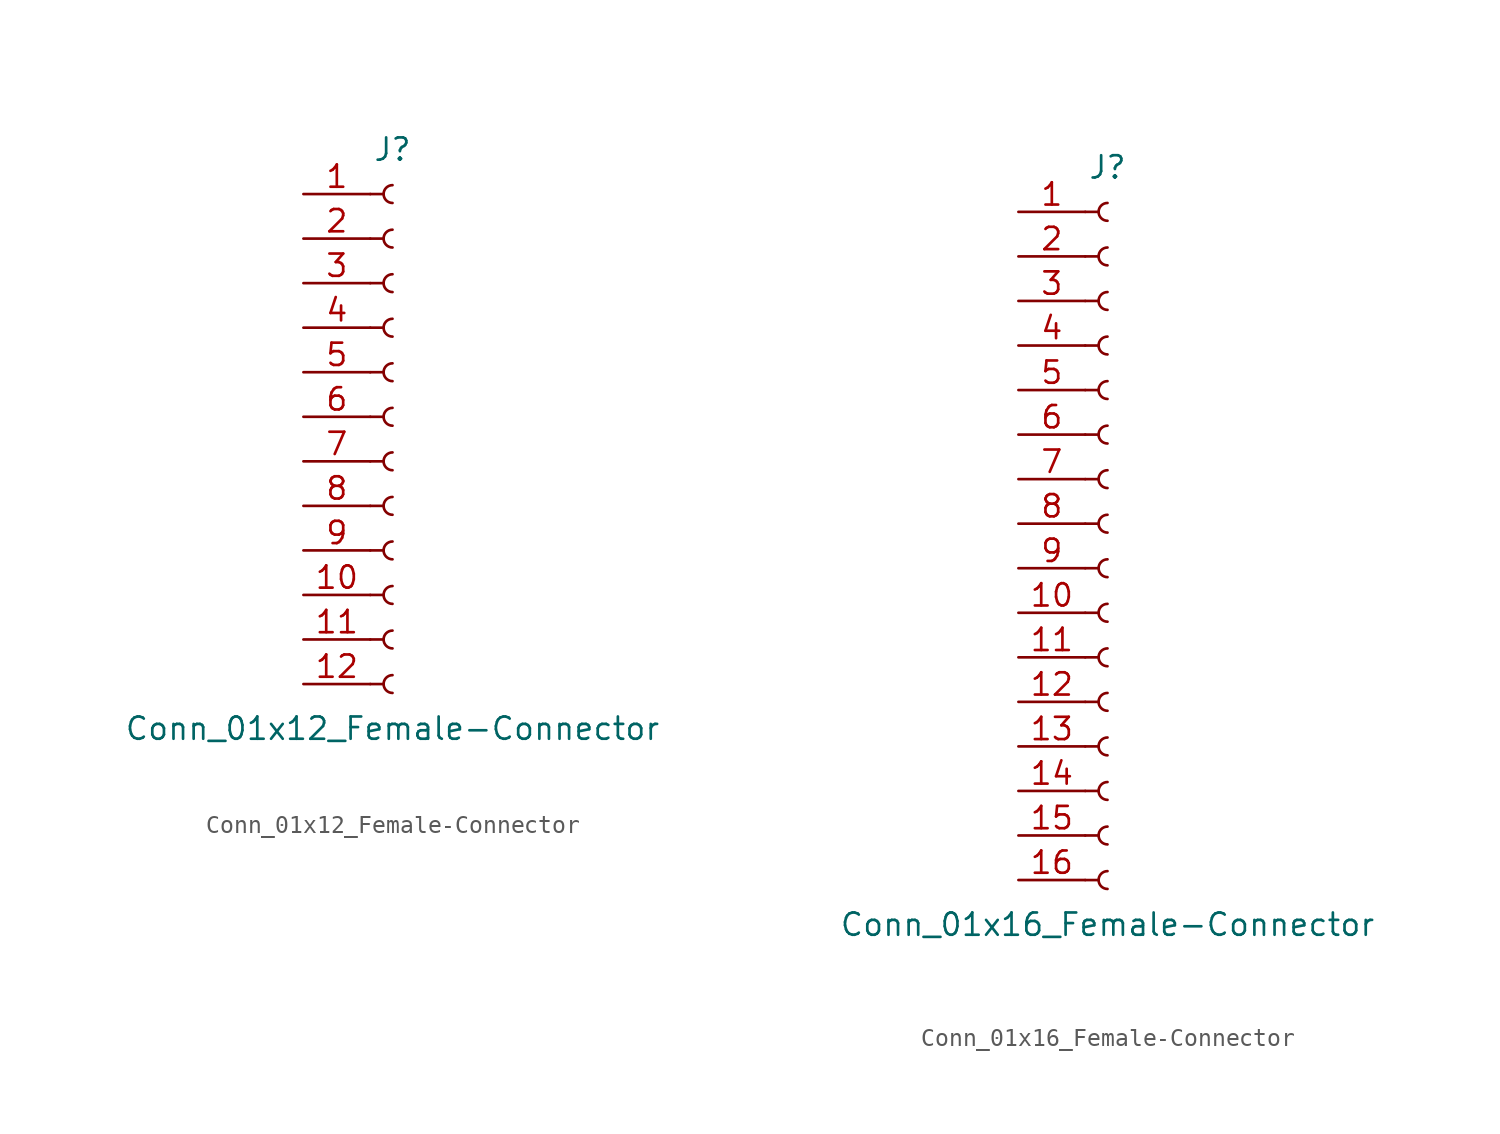
<source format=kicad_sym>
(kicad_symbol_lib
  (version 20211014)
  (generator kicad_symbol_editor)
  (symbol "Conn_01x12_Female-Connector"
    (pin_names
      (offset 1.016) hide)
    (property "Reference" "J"
      (at 0 15.24 0)
      (effects (font (size 1.27 1.27))))
    (property "Value" "Conn_01x12_Female-Connector"
      (at 0 -17.78 0)
      (effects (font (size 1.27 1.27))))
    (symbol "Conn_01x12_Female-Connector_1_1"
      (arc (start 0 -14.732) (mid -0.508 -15.24) (end 0 -15.748) (stroke (width 0.1524) (type default) (color 0 0 0 0)) (fill (type none)))
      (arc (start 0 -12.192) (mid -0.508 -12.7) (end 0 -13.208) (stroke (width 0.1524) (type default) (color 0 0 0 0)) (fill (type none)))
      (arc (start 0 -9.652) (mid -0.508 -10.16) (end 0 -10.668) (stroke (width 0.1524) (type default) (color 0 0 0 0)) (fill (type none)))
      (arc (start 0 -7.112) (mid -0.508 -7.62) (end 0 -8.128) (stroke (width 0.1524) (type default) (color 0 0 0 0)) (fill (type none)))
      (arc (start 0 -4.572) (mid -0.508 -5.08) (end 0 -5.588) (stroke (width 0.1524) (type default) (color 0 0 0 0)) (fill (type none)))
      (arc (start 0 -2.032) (mid -0.508 -2.54) (end 0 -3.048) (stroke (width 0.1524) (type default) (color 0 0 0 0)) (fill (type none)))
      (polyline (pts (xy -1.27 -15.24) (xy -0.508 -15.24)) (stroke (width 0.152) (type default) (color 0 0 0 0)) (fill (type none)))
      (polyline (pts (xy -1.27 -12.7) (xy -0.508 -12.7)) (stroke (width 0.152) (type default) (color 0 0 0 0)) (fill (type none)))
      (polyline (pts (xy -1.27 -10.16) (xy -0.508 -10.16)) (stroke (width 0.152) (type default) (color 0 0 0 0)) (fill (type none)))
      (polyline (pts (xy -1.27 -7.62) (xy -0.508 -7.62)) (stroke (width 0.152) (type default) (color 0 0 0 0)) (fill (type none)))
      (polyline (pts (xy -1.27 -5.08) (xy -0.508 -5.08)) (stroke (width 0.152) (type default) (color 0 0 0 0)) (fill (type none)))
      (polyline (pts (xy -1.27 -2.54) (xy -0.508 -2.54)) (stroke (width 0.152) (type default) (color 0 0 0 0)) (fill (type none)))
      (polyline (pts (xy -1.27 0) (xy -0.508 0)) (stroke (width 0.152) (type default) (color 0 0 0 0)) (fill (type none)))
      (polyline (pts (xy -1.27 2.54) (xy -0.508 2.54)) (stroke (width 0.152) (type default) (color 0 0 0 0)) (fill (type none)))
      (polyline (pts (xy -1.27 5.08) (xy -0.508 5.08)) (stroke (width 0.152) (type default) (color 0 0 0 0)) (fill (type none)))
      (polyline (pts (xy -1.27 7.62) (xy -0.508 7.62)) (stroke (width 0.152) (type default) (color 0 0 0 0)) (fill (type none)))
      (polyline (pts (xy -1.27 10.16) (xy -0.508 10.16)) (stroke (width 0.152) (type default) (color 0 0 0 0)) (fill (type none)))
      (polyline (pts (xy -1.27 12.7) (xy -0.508 12.7)) (stroke (width 0.152) (type default) (color 0 0 0 0)) (fill (type none)))
      (arc (start 0 0.508) (mid -0.508 0) (end 0 -0.508) (stroke (width 0.1524) (type default) (color 0 0 0 0)) (fill (type none)))
      (arc (start 0 3.048) (mid -0.508 2.54) (end 0 2.032) (stroke (width 0.1524) (type default) (color 0 0 0 0)) (fill (type none)))
      (arc (start 0 5.588) (mid -0.508 5.08) (end 0 4.572) (stroke (width 0.1524) (type default) (color 0 0 0 0)) (fill (type none)))
      (arc (start 0 8.128) (mid -0.508 7.62) (end 0 7.112) (stroke (width 0.1524) (type default) (color 0 0 0 0)) (fill (type none)))
      (arc (start 0 10.668) (mid -0.508 10.16) (end 0 9.652) (stroke (width 0.1524) (type default) (color 0 0 0 0)) (fill (type none)))
      (arc (start 0 13.208) (mid -0.508 12.7) (end 0 12.192) (stroke (width 0.1524) (type default) (color 0 0 0 0)) (fill (type none)))
      (pin passive line (at -5.08 12.7 0) (length 3.81) (name "Pin_1" (effects (font (size 1.27 1.27)))) (number "1" (effects (font (size 1.27 1.27)))))
      (pin passive line (at -5.08 -10.16 0) (length 3.81) (name "Pin_10" (effects (font (size 1.27 1.27)))) (number "10" (effects (font (size 1.27 1.27)))))
      (pin passive line (at -5.08 -12.7 0) (length 3.81) (name "Pin_11" (effects (font (size 1.27 1.27)))) (number "11" (effects (font (size 1.27 1.27)))))
      (pin passive line (at -5.08 -15.24 0) (length 3.81) (name "Pin_12" (effects (font (size 1.27 1.27)))) (number "12" (effects (font (size 1.27 1.27)))))
      (pin passive line (at -5.08 10.16 0) (length 3.81) (name "Pin_2" (effects (font (size 1.27 1.27)))) (number "2" (effects (font (size 1.27 1.27)))))
      (pin passive line (at -5.08 7.62 0) (length 3.81) (name "Pin_3" (effects (font (size 1.27 1.27)))) (number "3" (effects (font (size 1.27 1.27)))))
      (pin passive line (at -5.08 5.08 0) (length 3.81) (name "Pin_4" (effects (font (size 1.27 1.27)))) (number "4" (effects (font (size 1.27 1.27)))))
      (pin passive line (at -5.08 2.54 0) (length 3.81) (name "Pin_5" (effects (font (size 1.27 1.27)))) (number "5" (effects (font (size 1.27 1.27)))))
      (pin passive line (at -5.08 0 0) (length 3.81) (name "Pin_6" (effects (font (size 1.27 1.27)))) (number "6" (effects (font (size 1.27 1.27)))))
      (pin passive line (at -5.08 -2.54 0) (length 3.81) (name "Pin_7" (effects (font (size 1.27 1.27)))) (number "7" (effects (font (size 1.27 1.27)))))
      (pin passive line (at -5.08 -5.08 0) (length 3.81) (name "Pin_8" (effects (font (size 1.27 1.27)))) (number "8" (effects (font (size 1.27 1.27)))))
      (pin passive line (at -5.08 -7.62 0) (length 3.81) (name "Pin_9" (effects (font (size 1.27 1.27)))) (number "9" (effects (font (size 1.27 1.27)))))))
  (symbol "Conn_01x16_Female-Connector"
    (pin_names
      (offset 1.016) hide)
    (property "Reference" "J"
      (at 0 20.32 0)
      (effects (font (size 1.27 1.27))))
    (property "Value" "Conn_01x16_Female-Connector"
      (at 0 -22.86 0)
      (effects (font (size 1.27 1.27))))
    (symbol "Conn_01x16_Female-Connector_1_1"
      (arc (start 0 -19.812) (mid -0.508 -20.32) (end 0 -20.828) (stroke (width 0.1524) (type default) (color 0 0 0 0)) (fill (type none)))
      (arc (start 0 -17.272) (mid -0.508 -17.78) (end 0 -18.288) (stroke (width 0.1524) (type default) (color 0 0 0 0)) (fill (type none)))
      (arc (start 0 -14.732) (mid -0.508 -15.24) (end 0 -15.748) (stroke (width 0.1524) (type default) (color 0 0 0 0)) (fill (type none)))
      (arc (start 0 -12.192) (mid -0.508 -12.7) (end 0 -13.208) (stroke (width 0.1524) (type default) (color 0 0 0 0)) (fill (type none)))
      (arc (start 0 -9.652) (mid -0.508 -10.16) (end 0 -10.668) (stroke (width 0.1524) (type default) (color 0 0 0 0)) (fill (type none)))
      (arc (start 0 -7.112) (mid -0.508 -7.62) (end 0 -8.128) (stroke (width 0.1524) (type default) (color 0 0 0 0)) (fill (type none)))
      (arc (start 0 -4.572) (mid -0.508 -5.08) (end 0 -5.588) (stroke (width 0.1524) (type default) (color 0 0 0 0)) (fill (type none)))
      (arc (start 0 -2.032) (mid -0.508 -2.54) (end 0 -3.048) (stroke (width 0.1524) (type default) (color 0 0 0 0)) (fill (type none)))
      (polyline (pts (xy -1.27 -20.32) (xy -0.508 -20.32)) (stroke (width 0.152) (type default) (color 0 0 0 0)) (fill (type none)))
      (polyline (pts (xy -1.27 -17.78) (xy -0.508 -17.78)) (stroke (width 0.152) (type default) (color 0 0 0 0)) (fill (type none)))
      (polyline (pts (xy -1.27 -15.24) (xy -0.508 -15.24)) (stroke (width 0.152) (type default) (color 0 0 0 0)) (fill (type none)))
      (polyline (pts (xy -1.27 -12.7) (xy -0.508 -12.7)) (stroke (width 0.152) (type default) (color 0 0 0 0)) (fill (type none)))
      (polyline (pts (xy -1.27 -10.16) (xy -0.508 -10.16)) (stroke (width 0.152) (type default) (color 0 0 0 0)) (fill (type none)))
      (polyline (pts (xy -1.27 -7.62) (xy -0.508 -7.62)) (stroke (width 0.152) (type default) (color 0 0 0 0)) (fill (type none)))
      (polyline (pts (xy -1.27 -5.08) (xy -0.508 -5.08)) (stroke (width 0.152) (type default) (color 0 0 0 0)) (fill (type none)))
      (polyline (pts (xy -1.27 -2.54) (xy -0.508 -2.54)) (stroke (width 0.152) (type default) (color 0 0 0 0)) (fill (type none)))
      (polyline (pts (xy -1.27 0) (xy -0.508 0)) (stroke (width 0.152) (type default) (color 0 0 0 0)) (fill (type none)))
      (polyline (pts (xy -1.27 2.54) (xy -0.508 2.54)) (stroke (width 0.152) (type default) (color 0 0 0 0)) (fill (type none)))
      (polyline (pts (xy -1.27 5.08) (xy -0.508 5.08)) (stroke (width 0.152) (type default) (color 0 0 0 0)) (fill (type none)))
      (polyline (pts (xy -1.27 7.62) (xy -0.508 7.62)) (stroke (width 0.152) (type default) (color 0 0 0 0)) (fill (type none)))
      (polyline (pts (xy -1.27 10.16) (xy -0.508 10.16)) (stroke (width 0.152) (type default) (color 0 0 0 0)) (fill (type none)))
      (polyline (pts (xy -1.27 12.7) (xy -0.508 12.7)) (stroke (width 0.152) (type default) (color 0 0 0 0)) (fill (type none)))
      (polyline (pts (xy -1.27 15.24) (xy -0.508 15.24)) (stroke (width 0.152) (type default) (color 0 0 0 0)) (fill (type none)))
      (polyline (pts (xy -1.27 17.78) (xy -0.508 17.78)) (stroke (width 0.152) (type default) (color 0 0 0 0)) (fill (type none)))
      (arc (start 0 0.508) (mid -0.508 0) (end 0 -0.508) (stroke (width 0.1524) (type default) (color 0 0 0 0)) (fill (type none)))
      (arc (start 0 3.048) (mid -0.508 2.54) (end 0 2.032) (stroke (width 0.1524) (type default) (color 0 0 0 0)) (fill (type none)))
      (arc (start 0 5.588) (mid -0.508 5.08) (end 0 4.572) (stroke (width 0.1524) (type default) (color 0 0 0 0)) (fill (type none)))
      (arc (start 0 8.128) (mid -0.508 7.62) (end 0 7.112) (stroke (width 0.1524) (type default) (color 0 0 0 0)) (fill (type none)))
      (arc (start 0 10.668) (mid -0.508 10.16) (end 0 9.652) (stroke (width 0.1524) (type default) (color 0 0 0 0)) (fill (type none)))
      (arc (start 0 13.208) (mid -0.508 12.7) (end 0 12.192) (stroke (width 0.1524) (type default) (color 0 0 0 0)) (fill (type none)))
      (arc (start 0 15.748) (mid -0.508 15.24) (end 0 14.732) (stroke (width 0.1524) (type default) (color 0 0 0 0)) (fill (type none)))
      (arc (start 0 18.288) (mid -0.508 17.78) (end 0 17.272) (stroke (width 0.1524) (type default) (color 0 0 0 0)) (fill (type none)))
      (pin passive line (at -5.08 17.78 0) (length 3.81) (name "Pin_1" (effects (font (size 1.27 1.27)))) (number "1" (effects (font (size 1.27 1.27)))))
      (pin passive line (at -5.08 -5.08 0) (length 3.81) (name "Pin_10" (effects (font (size 1.27 1.27)))) (number "10" (effects (font (size 1.27 1.27)))))
      (pin passive line (at -5.08 -7.62 0) (length 3.81) (name "Pin_11" (effects (font (size 1.27 1.27)))) (number "11" (effects (font (size 1.27 1.27)))))
      (pin passive line (at -5.08 -10.16 0) (length 3.81) (name "Pin_12" (effects (font (size 1.27 1.27)))) (number "12" (effects (font (size 1.27 1.27)))))
      (pin passive line (at -5.08 -12.7 0) (length 3.81) (name "Pin_13" (effects (font (size 1.27 1.27)))) (number "13" (effects (font (size 1.27 1.27)))))
      (pin passive line (at -5.08 -15.24 0) (length 3.81) (name "Pin_14" (effects (font (size 1.27 1.27)))) (number "14" (effects (font (size 1.27 1.27)))))
      (pin passive line (at -5.08 -17.78 0) (length 3.81) (name "Pin_15" (effects (font (size 1.27 1.27)))) (number "15" (effects (font (size 1.27 1.27)))))
      (pin passive line (at -5.08 -20.32 0) (length 3.81) (name "Pin_16" (effects (font (size 1.27 1.27)))) (number "16" (effects (font (size 1.27 1.27)))))
      (pin passive line (at -5.08 15.24 0) (length 3.81) (name "Pin_2" (effects (font (size 1.27 1.27)))) (number "2" (effects (font (size 1.27 1.27)))))
      (pin passive line (at -5.08 12.7 0) (length 3.81) (name "Pin_3" (effects (font (size 1.27 1.27)))) (number "3" (effects (font (size 1.27 1.27)))))
      (pin passive line (at -5.08 10.16 0) (length 3.81) (name "Pin_4" (effects (font (size 1.27 1.27)))) (number "4" (effects (font (size 1.27 1.27)))))
      (pin passive line (at -5.08 7.62 0) (length 3.81) (name "Pin_5" (effects (font (size 1.27 1.27)))) (number "5" (effects (font (size 1.27 1.27)))))
      (pin passive line (at -5.08 5.08 0) (length 3.81) (name "Pin_6" (effects (font (size 1.27 1.27)))) (number "6" (effects (font (size 1.27 1.27)))))
      (pin passive line (at -5.08 2.54 0) (length 3.81) (name "Pin_7" (effects (font (size 1.27 1.27)))) (number "7" (effects (font (size 1.27 1.27)))))
      (pin passive line (at -5.08 0 0) (length 3.81) (name "Pin_8" (effects (font (size 1.27 1.27)))) (number "8" (effects (font (size 1.27 1.27)))))
      (pin passive line (at -5.08 -2.54 0) (length 3.81) (name "Pin_9" (effects (font (size 1.27 1.27)))) (number "9" (effects (font (size 1.27 1.27))))))))
</source>
